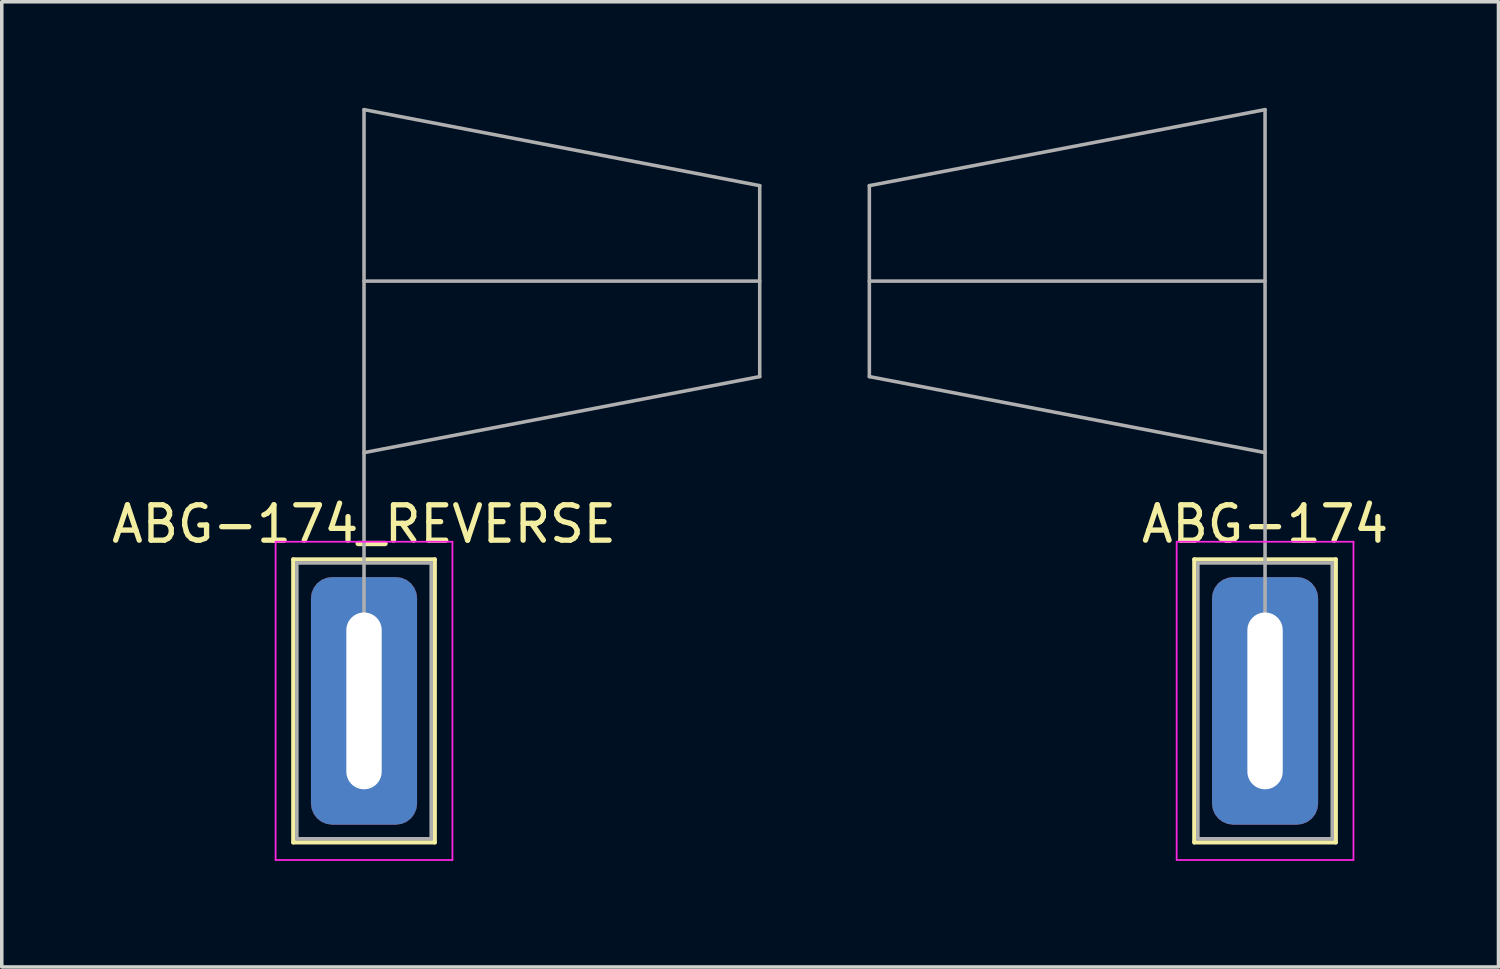
<source format=kicad_pcb>
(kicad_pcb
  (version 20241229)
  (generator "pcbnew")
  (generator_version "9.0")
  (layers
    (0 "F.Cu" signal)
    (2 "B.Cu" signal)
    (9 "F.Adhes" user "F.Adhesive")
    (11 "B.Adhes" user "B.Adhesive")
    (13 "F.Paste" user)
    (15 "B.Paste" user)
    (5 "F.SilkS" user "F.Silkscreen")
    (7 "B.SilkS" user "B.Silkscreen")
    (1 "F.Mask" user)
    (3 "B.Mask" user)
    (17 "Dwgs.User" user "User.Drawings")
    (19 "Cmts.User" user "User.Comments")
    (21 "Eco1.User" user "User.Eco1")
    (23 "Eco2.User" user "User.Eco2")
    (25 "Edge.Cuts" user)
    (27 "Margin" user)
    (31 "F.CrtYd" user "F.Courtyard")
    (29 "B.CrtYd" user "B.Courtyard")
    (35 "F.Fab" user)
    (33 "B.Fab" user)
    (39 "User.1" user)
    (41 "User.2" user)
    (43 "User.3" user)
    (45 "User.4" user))
  (footprint "ABG-174_REVERSE"
    (layer "F.Cu")
    (at 7.244 16.77)
    (property "Reference" "ABG-174_REVERSE" (at 0 -5 180) (layer "F.SilkS") (effects (font (size 1 1) (thickness 0.15))))
    (attr through_hole)
    (fp_line (start -2 -4) (end 2 -4) (stroke (width 0.12) (type solid)) (layer "F.SilkS"))
    (fp_line (start -2 4) (end -2 -4) (stroke (width 0.12) (type solid)) (layer "F.SilkS"))
    (fp_line (start 2 -4) (end 2 4) (stroke (width 0.12) (type solid)) (layer "F.SilkS"))
    (fp_line (start 2 4) (end -2 4) (stroke (width 0.12) (type solid)) (layer "F.SilkS"))
    (fp_line (start -2.5 4.5) (end -2.5 -4.5) (stroke (width 0.05) (type solid)) (layer "F.CrtYd"))
    (fp_line (start -2.5 4.5) (end 2.5 4.5) (stroke (width 0.05) (type solid)) (layer "F.CrtYd"))
    (fp_line (start 2.5 -4.5) (end -2.5 -4.5) (stroke (width 0.05) (type solid)) (layer "F.CrtYd"))
    (fp_line (start 2.5 -4.5) (end 2.5 4.5) (stroke (width 0.05) (type solid)) (layer "F.CrtYd"))
    (fp_line (start -1.9 -3.9) (end -1.9 3.9) (stroke (width 0.1) (type solid)) (layer "F.Fab"))
    (fp_line (start -1.9 3.9) (end 1.9 3.9) (stroke (width 0.1) (type solid)) (layer "F.Fab"))
    (fp_line (start 0 2.2) (end 0 -16.72) (stroke (width 0.1) (type solid)) (layer "F.Fab"))
    (fp_line (start 1.9 -3.9) (end -1.9 -3.9) (stroke (width 0.1) (type solid)) (layer "F.Fab"))
    (fp_line (start 1.9 3.9) (end 1.9 -3.9) (stroke (width 0.1) (type solid)) (layer "F.Fab"))
    (fp_line (start 11.19 -14.57) (end 0 -16.72) (stroke (width 0.1) (type solid)) (layer "F.Fab"))
    (fp_line (start 11.19 -14.57) (end 11.19 -9.17) (stroke (width 0.1) (type solid)) (layer "F.Fab"))
    (fp_line (start 11.19 -11.87) (end 0 -11.87) (stroke (width 0.1) (type solid)) (layer "F.Fab"))
    (fp_line (start 11.19 -9.17) (end 0 -7.02) (stroke (width 0.1) (type solid)) (layer "F.Fab"))
    (pad "1" thru_hole roundrect (at 0 0) (size 3 7) (drill oval 1 5) (layers "*.Cu" "*.Mask") (roundrect_rratio 0.2)))
  (footprint "ABG-174"
    (layer "F.Cu")
    (at 32.724 16.77)
    (property "Reference" "ABG-174" (at 0 -5 180) (layer "F.SilkS") (effects (font (size 1 1) (thickness 0.15))))
    (attr through_hole)
    (fp_line (start -2 -4) (end 2 -4) (stroke (width 0.12) (type solid)) (layer "F.SilkS"))
    (fp_line (start -2 4) (end -2 -4) (stroke (width 0.12) (type solid)) (layer "F.SilkS"))
    (fp_line (start 2 -4) (end 2 4) (stroke (width 0.12) (type solid)) (layer "F.SilkS"))
    (fp_line (start 2 4) (end -2 4) (stroke (width 0.12) (type solid)) (layer "F.SilkS"))
    (fp_line (start -2.5 4.5) (end -2.5 -4.5) (stroke (width 0.05) (type solid)) (layer "F.CrtYd"))
    (fp_line (start -2.5 4.5) (end 2.5 4.5) (stroke (width 0.05) (type solid)) (layer "F.CrtYd"))
    (fp_line (start 2.5 -4.5) (end -2.5 -4.5) (stroke (width 0.05) (type solid)) (layer "F.CrtYd"))
    (fp_line (start 2.5 -4.5) (end 2.5 4.5) (stroke (width 0.05) (type solid)) (layer "F.CrtYd"))
    (fp_line (start -11.19 -14.57) (end -11.19 -9.17) (stroke (width 0.1) (type solid)) (layer "F.Fab"))
    (fp_line (start -11.19 -14.57) (end 0 -16.72) (stroke (width 0.1) (type solid)) (layer "F.Fab"))
    (fp_line (start -11.19 -11.87) (end 0 -11.87) (stroke (width 0.1) (type solid)) (layer "F.Fab"))
    (fp_line (start -11.19 -9.17) (end 0 -7.02) (stroke (width 0.1) (type solid)) (layer "F.Fab"))
    (fp_line (start -1.9 -3.9) (end -1.9 3.9) (stroke (width 0.1) (type solid)) (layer "F.Fab"))
    (fp_line (start -1.9 3.9) (end 1.9 3.9) (stroke (width 0.1) (type solid)) (layer "F.Fab"))
    (fp_line (start 0 2.2) (end 0 -16.72) (stroke (width 0.1) (type solid)) (layer "F.Fab"))
    (fp_line (start 1.9 -3.9) (end -1.9 -3.9) (stroke (width 0.1) (type solid)) (layer "F.Fab"))
    (fp_line (start 1.9 3.9) (end 1.9 -3.9) (stroke (width 0.1) (type solid)) (layer "F.Fab"))
    (pad "1" thru_hole roundrect (at 0 0) (size 3 7) (drill oval 1 5) (layers "*.Cu" "*.Mask") (roundrect_rratio 0.2)))
  (gr_rect
    (start -3 -3)
    (end 39.325 24.295)
    (stroke (width 0.1) (type default))
    (fill no)
    (layer "Edge.Cuts")))
</source>
